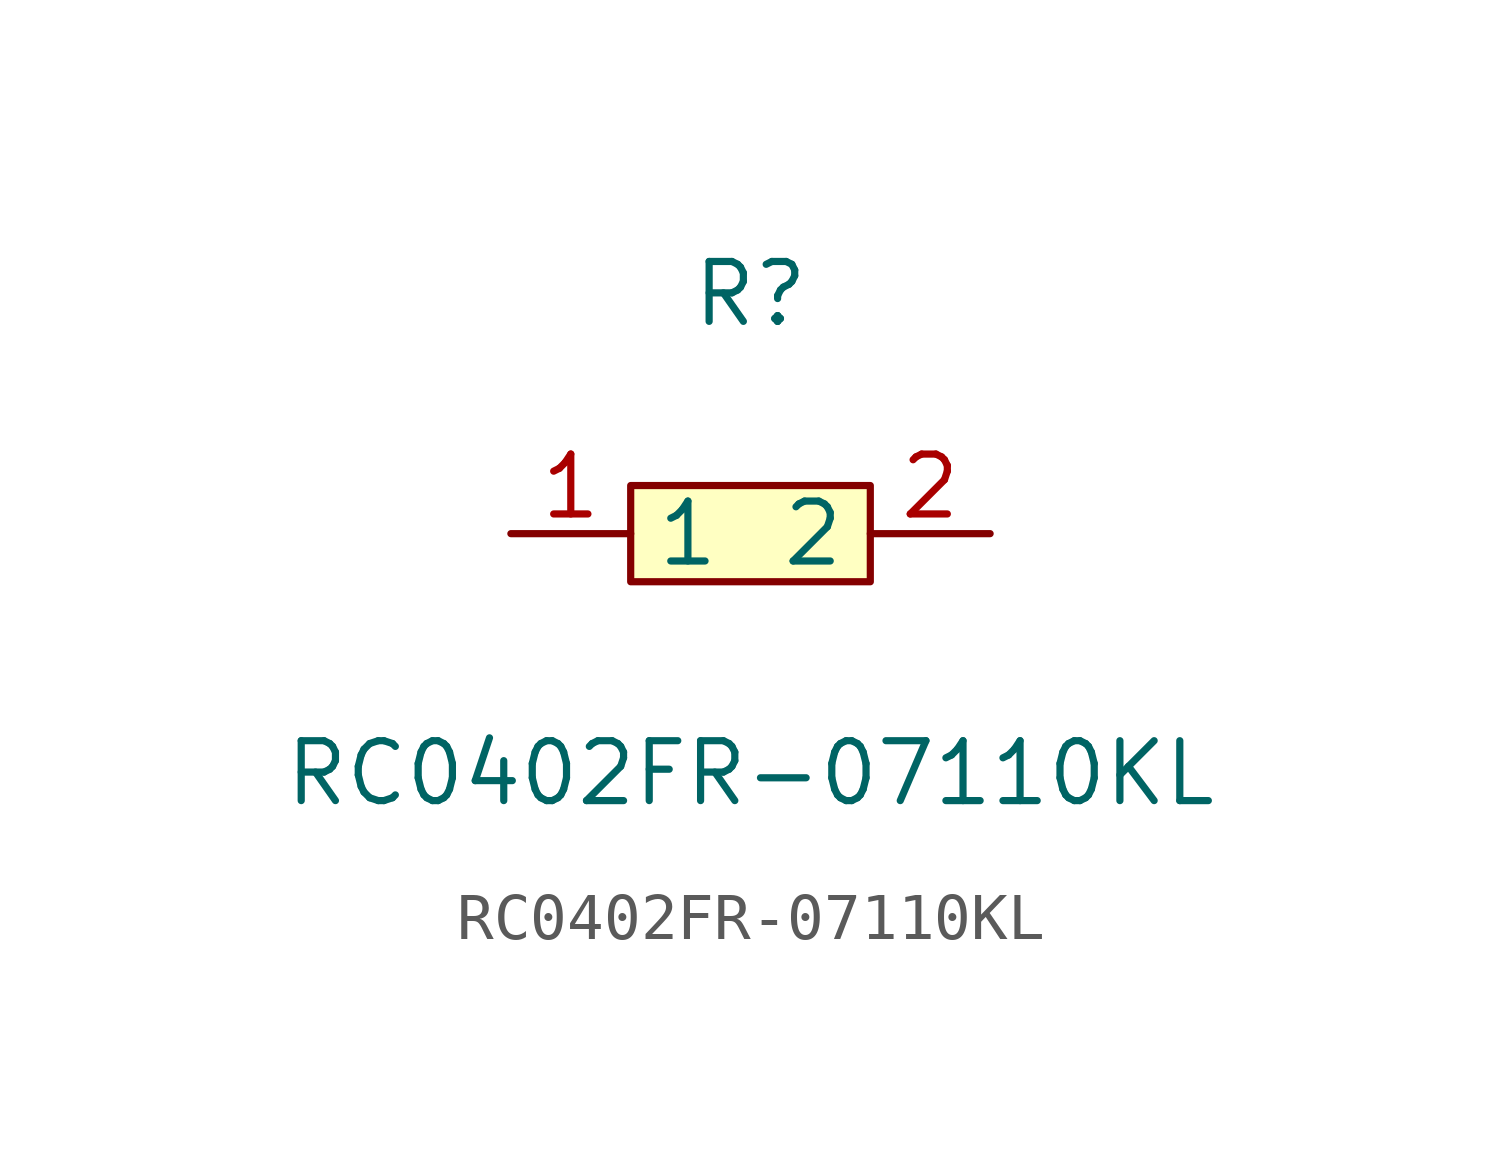
<source format=kicad_sym>
(kicad_symbol_lib
  (version 20211014)
  (generator https://github.com/uPesy/easyeda2kicad.py)
  (symbol "RC0402FR-07110KL"
    (property "Reference" "R"
      (at 0 5.08 0)
      (effects (font (size 1.27 1.27))))
    (property "Value" "RC0402FR-07110KL"
      (at 0 -5.08 0)
      (effects (font (size 1.27 1.27))))
    (symbol "RC0402FR-07110KL_0_1"
      (rectangle (start -2.54 1.02) (end 2.54 -1.02) (stroke (width 0) (type default) (color 0 0 0 0)) (fill (type background)))
      (pin input line (at 5.08 -0.00 180) (length 2.54) (name "2" (effects (font (size 1.27 1.27)))) (number "2" (effects (font (size 1.27 1.27)))))
      (pin input line (at -5.08 -0.00 0) (length 2.54) (name "1" (effects (font (size 1.27 1.27)))) (number "1" (effects (font (size 1.27 1.27))))))))
</source>
